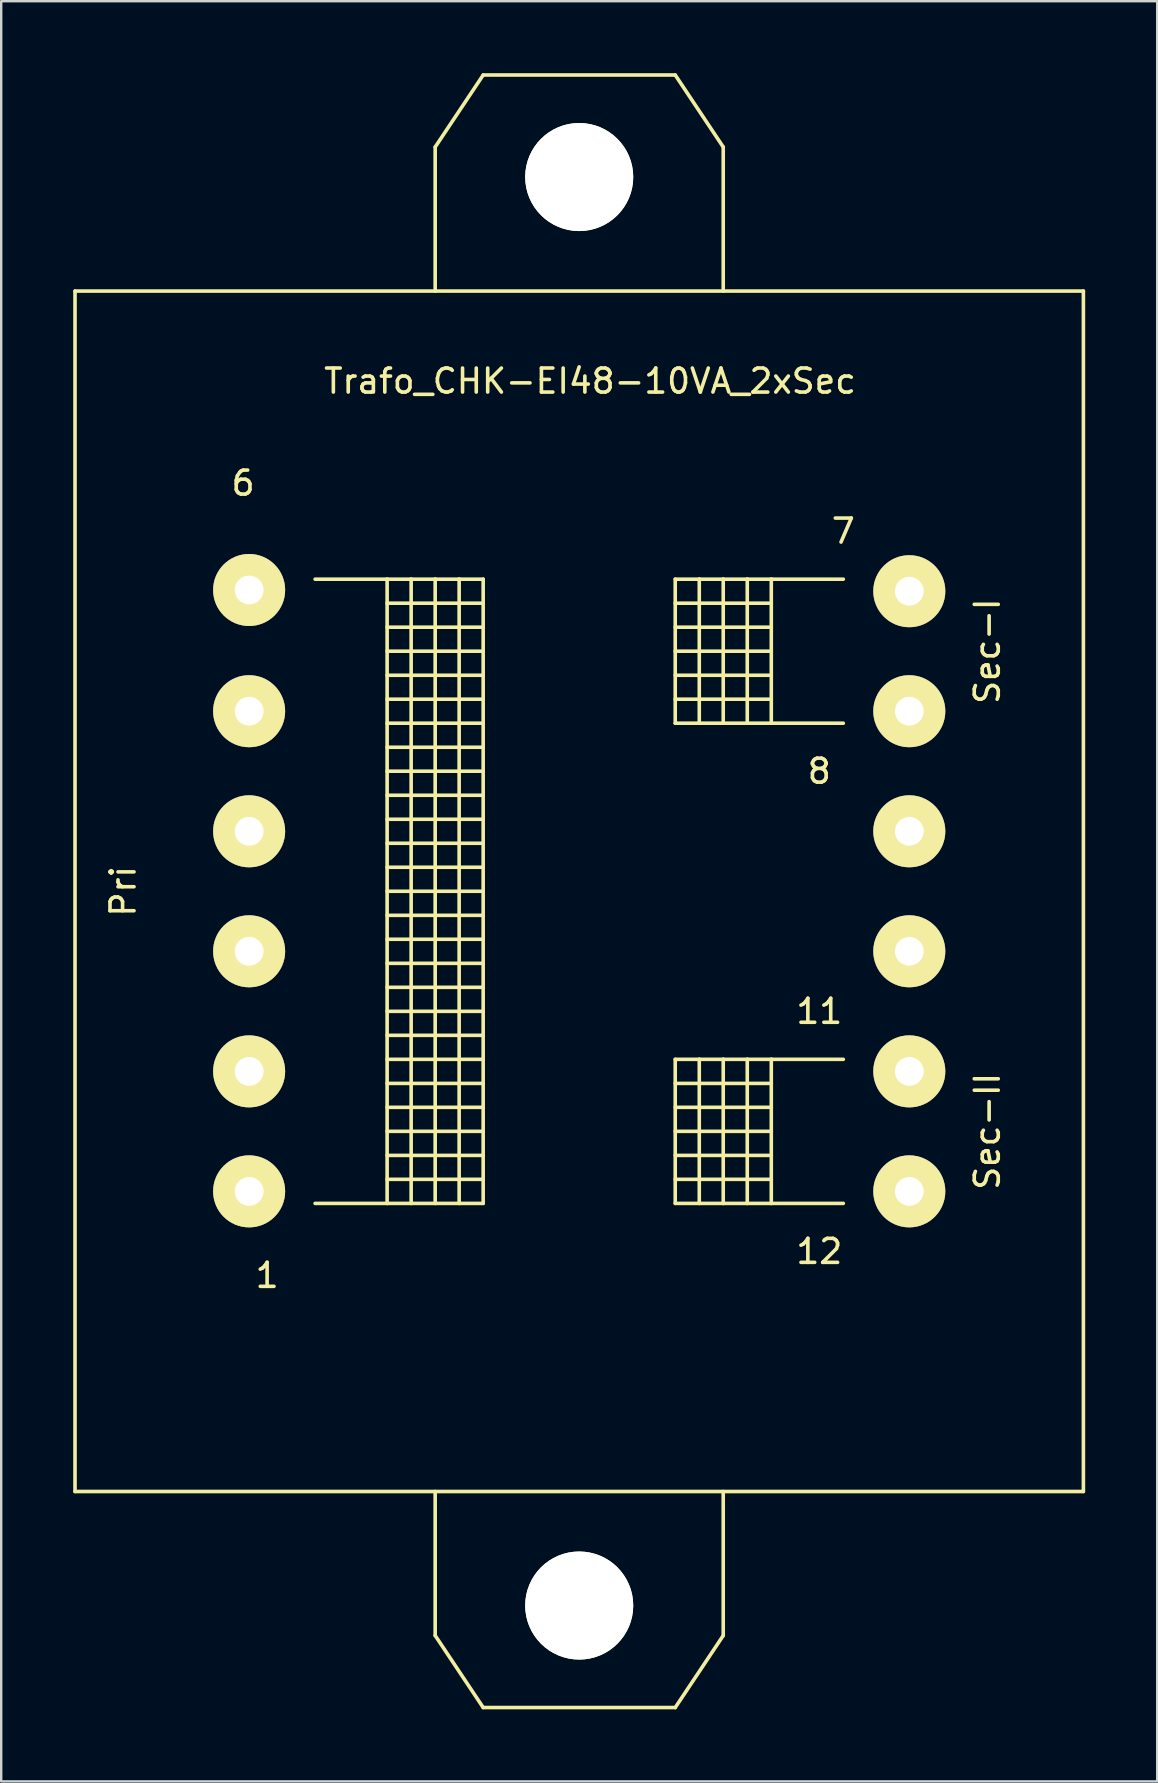
<source format=kicad_pcb>
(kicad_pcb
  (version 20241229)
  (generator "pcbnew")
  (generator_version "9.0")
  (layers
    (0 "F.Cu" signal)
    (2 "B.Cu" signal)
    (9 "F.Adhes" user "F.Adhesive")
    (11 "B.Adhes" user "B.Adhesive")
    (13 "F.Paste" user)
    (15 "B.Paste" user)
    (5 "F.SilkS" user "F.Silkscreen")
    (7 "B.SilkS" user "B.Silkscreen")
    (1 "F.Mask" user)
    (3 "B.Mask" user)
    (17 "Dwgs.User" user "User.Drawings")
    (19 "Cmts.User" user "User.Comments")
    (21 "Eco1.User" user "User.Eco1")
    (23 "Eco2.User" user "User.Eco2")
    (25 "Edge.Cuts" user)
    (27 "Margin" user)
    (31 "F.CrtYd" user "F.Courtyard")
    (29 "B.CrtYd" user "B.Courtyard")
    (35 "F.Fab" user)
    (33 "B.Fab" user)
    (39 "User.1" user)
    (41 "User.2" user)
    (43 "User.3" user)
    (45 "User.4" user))
  (footprint "Trafo_CHK-EI48-10VA_2xSec"
    (layer "F.Cu")
    (at 21.076 34.075)
    (property "Reference" "Trafo_CHK-EI48-10VA_2xSec" (at 0.45 -21.25 0) (layer "F.SilkS") (effects (font (size 1 1) (thickness 0.15))))
    (attr through_hole)
    (fp_line (start -21.001 -25.001) (end -21.001 25.001) (stroke (width 0.15) (type solid)) (layer "F.SilkS"))
    (fp_line (start -21.001 25.001) (end 21.001 25.001) (stroke (width 0.15) (type solid)) (layer "F.SilkS"))
    (fp_line (start -11.001 -13) (end -8.001 -13) (stroke (width 0.15) (type solid)) (layer "F.SilkS"))
    (fp_line (start -8.001 -13) (end -8.001 13) (stroke (width 0.15) (type solid)) (layer "F.SilkS"))
    (fp_line (start -8.001 -13) (end -7 -13) (stroke (width 0.15) (type solid)) (layer "F.SilkS"))
    (fp_line (start -8.001 -11.999) (end -4 -11.999) (stroke (width 0.15) (type solid)) (layer "F.SilkS"))
    (fp_line (start -8.001 -11.001) (end -4 -11.001) (stroke (width 0.15) (type solid)) (layer "F.SilkS"))
    (fp_line (start -8.001 -10) (end -4 -10) (stroke (width 0.15) (type solid)) (layer "F.SilkS"))
    (fp_line (start -8.001 -8.999) (end -4 -8.999) (stroke (width 0.15) (type solid)) (layer "F.SilkS"))
    (fp_line (start -8.001 -8.001) (end -4 -8.001) (stroke (width 0.15) (type solid)) (layer "F.SilkS"))
    (fp_line (start -8.001 -7) (end -4 -7) (stroke (width 0.15) (type solid)) (layer "F.SilkS"))
    (fp_line (start -8.001 -5.999) (end -4 -5.999) (stroke (width 0.15) (type solid)) (layer "F.SilkS"))
    (fp_line (start -8.001 -5.001) (end -4 -5.001) (stroke (width 0.15) (type solid)) (layer "F.SilkS"))
    (fp_line (start -8.001 -4) (end -4 -4) (stroke (width 0.15) (type solid)) (layer "F.SilkS"))
    (fp_line (start -8.001 -3) (end -4 -3) (stroke (width 0.15) (type solid)) (layer "F.SilkS"))
    (fp_line (start -8.001 -1.999) (end -4 -1.999) (stroke (width 0.15) (type solid)) (layer "F.SilkS"))
    (fp_line (start -8.001 -1.001) (end -4 -1.001) (stroke (width 0.15) (type solid)) (layer "F.SilkS"))
    (fp_line (start -8.001 0) (end -4 0) (stroke (width 0.15) (type solid)) (layer "F.SilkS"))
    (fp_line (start -8.001 1.001) (end -4 1.001) (stroke (width 0.15) (type solid)) (layer "F.SilkS"))
    (fp_line (start -8.001 1.999) (end -4 1.999) (stroke (width 0.15) (type solid)) (layer "F.SilkS"))
    (fp_line (start -8.001 3) (end -4 3) (stroke (width 0.15) (type solid)) (layer "F.SilkS"))
    (fp_line (start -8.001 4) (end -4 4) (stroke (width 0.15) (type solid)) (layer "F.SilkS"))
    (fp_line (start -8.001 5.001) (end -4 5.001) (stroke (width 0.15) (type solid)) (layer "F.SilkS"))
    (fp_line (start -8.001 5.999) (end -4 5.999) (stroke (width 0.15) (type solid)) (layer "F.SilkS"))
    (fp_line (start -8.001 7) (end -4 7) (stroke (width 0.15) (type solid)) (layer "F.SilkS"))
    (fp_line (start -8.001 8.001) (end -4 8.001) (stroke (width 0.15) (type solid)) (layer "F.SilkS"))
    (fp_line (start -8.001 8.999) (end -4 8.999) (stroke (width 0.15) (type solid)) (layer "F.SilkS"))
    (fp_line (start -8.001 10) (end -4 10) (stroke (width 0.15) (type solid)) (layer "F.SilkS"))
    (fp_line (start -8.001 11.999) (end -4 11.999) (stroke (width 0.15) (type solid)) (layer "F.SilkS"))
    (fp_line (start -8.001 13) (end -11.001 13) (stroke (width 0.15) (type solid)) (layer "F.SilkS"))
    (fp_line (start -7 -13) (end -7 13) (stroke (width 0.15) (type solid)) (layer "F.SilkS"))
    (fp_line (start -7 -13) (end -5.999 -13) (stroke (width 0.15) (type solid)) (layer "F.SilkS"))
    (fp_line (start -7 11.001) (end -8.001 11.001) (stroke (width 0.15) (type solid)) (layer "F.SilkS"))
    (fp_line (start -7 11.001) (end -4 11.001) (stroke (width 0.15) (type solid)) (layer "F.SilkS"))
    (fp_line (start -7 13) (end -8.001 13) (stroke (width 0.15) (type solid)) (layer "F.SilkS"))
    (fp_line (start -5.999 -31.001) (end -5.999 -25.001) (stroke (width 0.15) (type solid)) (layer "F.SilkS"))
    (fp_line (start -5.999 -13) (end -5.999 13) (stroke (width 0.15) (type solid)) (layer "F.SilkS"))
    (fp_line (start -5.999 -13) (end -5.001 -13) (stroke (width 0.15) (type solid)) (layer "F.SilkS"))
    (fp_line (start -5.999 13) (end -7 13) (stroke (width 0.15) (type solid)) (layer "F.SilkS"))
    (fp_line (start -5.999 31.001) (end -5.999 25.001) (stroke (width 0.15) (type solid)) (layer "F.SilkS"))
    (fp_line (start -5.001 -13) (end -5.001 13) (stroke (width 0.15) (type solid)) (layer "F.SilkS"))
    (fp_line (start -5.001 -13) (end -4 -13) (stroke (width 0.15) (type solid)) (layer "F.SilkS"))
    (fp_line (start -5.001 13) (end -5.999 13) (stroke (width 0.15) (type solid)) (layer "F.SilkS"))
    (fp_line (start -4 -34) (end -5.999 -31.001) (stroke (width 0.15) (type solid)) (layer "F.SilkS"))
    (fp_line (start -4 -13) (end -4 13) (stroke (width 0.15) (type solid)) (layer "F.SilkS"))
    (fp_line (start -4 13) (end -5.001 13) (stroke (width 0.15) (type solid)) (layer "F.SilkS"))
    (fp_line (start -4 34) (end -5.999 31.001) (stroke (width 0.15) (type solid)) (layer "F.SilkS"))
    (fp_line (start 4 -34) (end -4 -34) (stroke (width 0.15) (type solid)) (layer "F.SilkS"))
    (fp_line (start 4 -13) (end 4 -7) (stroke (width 0.15) (type solid)) (layer "F.SilkS"))
    (fp_line (start 4 -11.999) (end 8.001 -11.999) (stroke (width 0.15) (type solid)) (layer "F.SilkS"))
    (fp_line (start 4 -11.001) (end 8.001 -11.001) (stroke (width 0.15) (type solid)) (layer "F.SilkS"))
    (fp_line (start 4 -10) (end 8.001 -10) (stroke (width 0.15) (type solid)) (layer "F.SilkS"))
    (fp_line (start 4 -8.999) (end 8.001 -8.999) (stroke (width 0.15) (type solid)) (layer "F.SilkS"))
    (fp_line (start 4 -8.001) (end 8.001 -8.001) (stroke (width 0.15) (type solid)) (layer "F.SilkS"))
    (fp_line (start 4 -7) (end 5.001 -7) (stroke (width 0.15) (type solid)) (layer "F.SilkS"))
    (fp_line (start 4 7) (end 4 13) (stroke (width 0.15) (type solid)) (layer "F.SilkS"))
    (fp_line (start 4 8.001) (end 8.001 8.001) (stroke (width 0.15) (type solid)) (layer "F.SilkS"))
    (fp_line (start 4 8.999) (end 8.001 8.999) (stroke (width 0.15) (type solid)) (layer "F.SilkS"))
    (fp_line (start 4 10) (end 8.001 10) (stroke (width 0.15) (type solid)) (layer "F.SilkS"))
    (fp_line (start 4 11.001) (end 8.001 11.001) (stroke (width 0.15) (type solid)) (layer "F.SilkS"))
    (fp_line (start 4 11.999) (end 8.001 11.999) (stroke (width 0.15) (type solid)) (layer "F.SilkS"))
    (fp_line (start 4 13) (end 5.001 13) (stroke (width 0.15) (type solid)) (layer "F.SilkS"))
    (fp_line (start 4 34) (end -4 34) (stroke (width 0.15) (type solid)) (layer "F.SilkS"))
    (fp_line (start 5.001 -13) (end 4 -13) (stroke (width 0.15) (type solid)) (layer "F.SilkS"))
    (fp_line (start 5.001 -13) (end 5.001 -7) (stroke (width 0.15) (type solid)) (layer "F.SilkS"))
    (fp_line (start 5.001 -7) (end 5.999 -7) (stroke (width 0.15) (type solid)) (layer "F.SilkS"))
    (fp_line (start 5.001 7) (end 4 7) (stroke (width 0.15) (type solid)) (layer "F.SilkS"))
    (fp_line (start 5.001 7) (end 5.001 13) (stroke (width 0.15) (type solid)) (layer "F.SilkS"))
    (fp_line (start 5.001 13) (end 5.999 13) (stroke (width 0.15) (type solid)) (layer "F.SilkS"))
    (fp_line (start 5.999 -31.001) (end 4 -34) (stroke (width 0.15) (type solid)) (layer "F.SilkS"))
    (fp_line (start 5.999 -25.001) (end 5.999 -31.001) (stroke (width 0.15) (type solid)) (layer "F.SilkS"))
    (fp_line (start 5.999 -13) (end 5.001 -13) (stroke (width 0.15) (type solid)) (layer "F.SilkS"))
    (fp_line (start 5.999 -13) (end 5.999 -7) (stroke (width 0.15) (type solid)) (layer "F.SilkS"))
    (fp_line (start 5.999 -7) (end 7 -7) (stroke (width 0.15) (type solid)) (layer "F.SilkS"))
    (fp_line (start 5.999 7) (end 5.001 7) (stroke (width 0.15) (type solid)) (layer "F.SilkS"))
    (fp_line (start 5.999 7) (end 5.999 13) (stroke (width 0.15) (type solid)) (layer "F.SilkS"))
    (fp_line (start 5.999 13) (end 7 13) (stroke (width 0.15) (type solid)) (layer "F.SilkS"))
    (fp_line (start 5.999 25.001) (end 5.999 31.001) (stroke (width 0.15) (type solid)) (layer "F.SilkS"))
    (fp_line (start 5.999 31.001) (end 4 34) (stroke (width 0.15) (type solid)) (layer "F.SilkS"))
    (fp_line (start 7 -13) (end 5.999 -13) (stroke (width 0.15) (type solid)) (layer "F.SilkS"))
    (fp_line (start 7 -13) (end 7 -7) (stroke (width 0.15) (type solid)) (layer "F.SilkS"))
    (fp_line (start 7 -7) (end 8.001 -7) (stroke (width 0.15) (type solid)) (layer "F.SilkS"))
    (fp_line (start 7 7) (end 5.999 7) (stroke (width 0.15) (type solid)) (layer "F.SilkS"))
    (fp_line (start 7 7) (end 7 13) (stroke (width 0.15) (type solid)) (layer "F.SilkS"))
    (fp_line (start 7 13) (end 8.001 13) (stroke (width 0.15) (type solid)) (layer "F.SilkS"))
    (fp_line (start 8.001 -13) (end 7 -13) (stroke (width 0.15) (type solid)) (layer "F.SilkS"))
    (fp_line (start 8.001 -13) (end 8.001 -7) (stroke (width 0.15) (type solid)) (layer "F.SilkS"))
    (fp_line (start 8.001 -7) (end 11.001 -7) (stroke (width 0.15) (type solid)) (layer "F.SilkS"))
    (fp_line (start 8.001 7) (end 7 7) (stroke (width 0.15) (type solid)) (layer "F.SilkS"))
    (fp_line (start 8.001 7) (end 8.001 13) (stroke (width 0.15) (type solid)) (layer "F.SilkS"))
    (fp_line (start 8.001 13) (end 11.001 13) (stroke (width 0.15) (type solid)) (layer "F.SilkS"))
    (fp_line (start 11.001 -13) (end 8.001 -13) (stroke (width 0.15) (type solid)) (layer "F.SilkS"))
    (fp_line (start 11.001 7) (end 8.001 7) (stroke (width 0.15) (type solid)) (layer "F.SilkS"))
    (fp_line (start 21.001 -25.001) (end -21.001 -25.001) (stroke (width 0.15) (type solid)) (layer "F.SilkS"))
    (fp_line (start 21.001 25.001) (end 21.001 -25.001) (stroke (width 0.15) (type solid)) (layer "F.SilkS"))
    (fp_text user "8" (at 10 -5.001 0) (layer "F.SilkS") (effects (font (size 1 1) (thickness 0.15))))
    (fp_text user "12" (at 10 15.001 0) (layer "F.SilkS") (effects (font (size 1 1) (thickness 0.15))))
    (fp_text user "1" (at -13 15.999 0) (layer "F.SilkS") (effects (font (size 1 1) (thickness 0.15))))
    (fp_text user "Sec-I" (at 17 -10 90) (layer "F.SilkS") (effects (font (size 1 1) (thickness 0.15))))
    (fp_text user "11" (at 10 5.001 0) (layer "F.SilkS") (effects (font (size 1 1) (thickness 0.15))))
    (fp_text user "6" (at -14 -17 0) (layer "F.SilkS") (effects (font (size 1 1) (thickness 0.15))))
    (fp_text user "Sec-II" (at 17 10 90) (layer "F.SilkS") (effects (font (size 1 1) (thickness 0.15))))
    (fp_text user "Pri" (at -18.999 0 90) (layer "F.SilkS") (effects (font (size 1 1) (thickness 0.15))))
    (fp_text user "7" (at 11.001 -15.001 0) (layer "F.SilkS") (effects (font (size 1 1) (thickness 0.15))))
    (pad "" np_thru_hole circle (at 0 -29.751) (size 4.501 4.501) (drill 4.501) (layers "*.Cu" "*.Mask" "F.SilkS"))
    (pad "" np_thru_hole circle (at 0 29.751) (size 4.501 4.501) (drill 4.501) (layers "*.Cu" "*.Mask" "F.SilkS"))
    (pad "1" thru_hole circle (at -13.749 12.499) (size 3 3) (drill 1.199) (layers "*.Cu" "*.Mask" "F.SilkS"))
    (pad "2" thru_hole circle (at -13.749 7.501) (size 3 3) (drill 1.199) (layers "*.Cu" "*.Mask" "F.SilkS"))
    (pad "3" thru_hole circle (at -13.749 2.499) (size 3 3) (drill 1.199) (layers "*.Cu" "*.Mask" "F.SilkS"))
    (pad "4" thru_hole circle (at -13.749 -2.499) (size 3 3) (drill 1.199) (layers "*.Cu" "*.Mask" "F.SilkS"))
    (pad "5" thru_hole circle (at -13.749 -7.501) (size 3 3) (drill 1.199) (layers "*.Cu" "*.Mask" "F.SilkS"))
    (pad "6" thru_hole circle (at -13.749 -12.55) (size 3 3) (drill 1.199) (layers "*.Cu" "*.Mask" "F.SilkS"))
    (pad "7" thru_hole circle (at 13.749 -12.499) (size 3 3) (drill 1.199) (layers "*.Cu" "*.Mask" "F.SilkS"))
    (pad "8" thru_hole circle (at 13.749 -7.501) (size 3 3) (drill 1.199) (layers "*.Cu" "*.Mask" "F.SilkS"))
    (pad "9" thru_hole circle (at 13.749 -2.499) (size 3 3) (drill 1.199) (layers "*.Cu" "*.Mask" "F.SilkS"))
    (pad "10" thru_hole circle (at 13.749 2.499) (size 3 3) (drill 1.199) (layers "*.Cu" "*.Mask" "F.SilkS"))
    (pad "11" thru_hole circle (at 13.749 7.501) (size 3 3) (drill 1.199) (layers "*.Cu" "*.Mask" "F.SilkS"))
    (pad "12" thru_hole circle (at 13.749 12.499) (size 3 3) (drill 1.199) (layers "*.Cu" "*.Mask" "F.SilkS")))
  (gr_rect
    (start -3 -3)
    (end 45.151 71.151)
    (stroke (width 0.1) (type default))
    (fill no)
    (layer "Edge.Cuts")))
</source>
